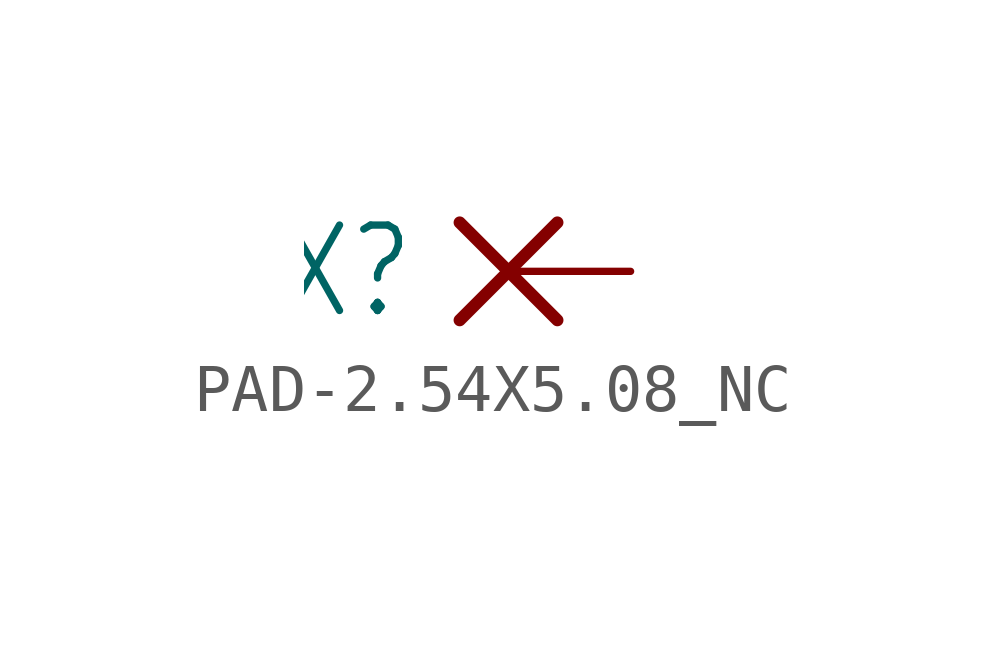
<source format=kicad_sym>
(kicad_symbol_lib
  (version 20211014)
  (generator kicad_symbol_editor)
  (symbol "PAD-2.54X5.08_NC"
    (property "Reference" "X"
      (at -1.905 0 0)
      (effects (font (size 1.778 1.511)) (justify right)))
    (property "ki_locked" ""
      (at 0 0 0)
      (effects (font (size 1.27 1.27))))
    (symbol "PAD-2.54X5.08_NC_1_0"
      (polyline (pts (xy -1.016 -1.016) (xy 1.016 1.016)) (stroke (width 0.254) (type default) (color 0 0 0 0)) (fill (type none)))
      (polyline (pts (xy -1.016 1.016) (xy 1.016 -1.016)) (stroke (width 0.254) (type default) (color 0 0 0 0)) (fill (type none)))
      (pin passive line (at 2.54 0 180) (length 2.54) (name "P" (effects (font (size 0 0)))) (number "1" (effects (font (size 0 0))))))))
</source>
